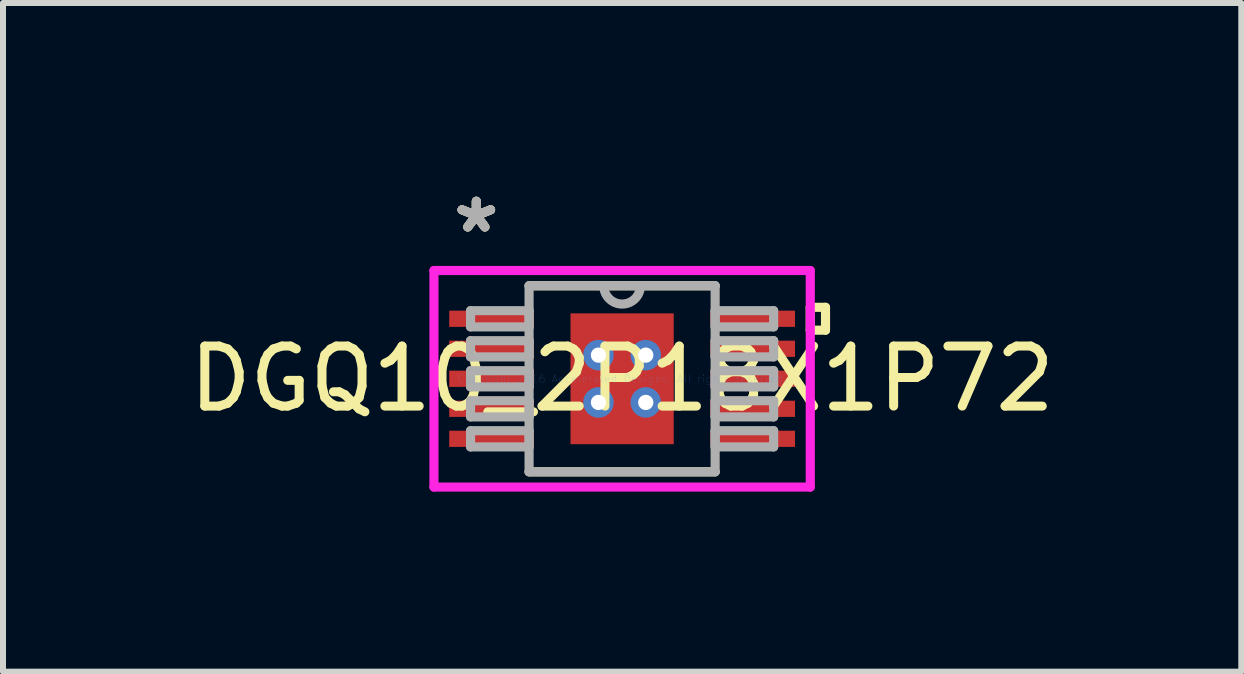
<source format=kicad_pcb>
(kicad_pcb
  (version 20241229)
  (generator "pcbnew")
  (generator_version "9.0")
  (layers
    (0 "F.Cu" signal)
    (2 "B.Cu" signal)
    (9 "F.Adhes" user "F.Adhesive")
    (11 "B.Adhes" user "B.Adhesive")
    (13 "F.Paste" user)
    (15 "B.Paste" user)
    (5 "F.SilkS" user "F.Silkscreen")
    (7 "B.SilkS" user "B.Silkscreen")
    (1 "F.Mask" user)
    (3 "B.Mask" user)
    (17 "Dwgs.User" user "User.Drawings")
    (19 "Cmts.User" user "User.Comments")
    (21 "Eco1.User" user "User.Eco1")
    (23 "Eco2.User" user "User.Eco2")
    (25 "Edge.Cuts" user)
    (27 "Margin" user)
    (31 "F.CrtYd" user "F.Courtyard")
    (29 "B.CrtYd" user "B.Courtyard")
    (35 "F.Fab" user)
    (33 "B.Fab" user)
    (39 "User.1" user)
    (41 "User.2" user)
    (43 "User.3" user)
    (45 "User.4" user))
  (footprint "DGQ10_2P18X1P72"
    (layer "F.Cu")
    (at 7.315 3.261)
    (property "Reference" "DGQ10_2P18X1P72" (at 0 0 0) (layer "F.SilkS") (effects (font (size 1 1) (thickness 0.15))))
    (attr through_hole)
    (fp_line (start -0.923 -1.153) (end -0.594 -1.153) (stroke (width 0.152) (type solid)) (layer "F.Mask"))
    (fp_line (start -0.923 -1.153) (end 0.923 -1.153) (stroke (width 0.152) (type solid)) (layer "F.Mask"))
    (fp_line (start -0.923 -0.594) (end -0.923 -1.153) (stroke (width 0.152) (type solid)) (layer "F.Mask"))
    (fp_line (start -0.923 -0.194) (end 0.923 -0.194) (stroke (width 0.152) (type solid)) (layer "F.Mask"))
    (fp_line (start -0.923 0.194) (end -0.923 -0.194) (stroke (width 0.152) (type solid)) (layer "F.Mask"))
    (fp_line (start -0.923 0.594) (end 0.923 0.594) (stroke (width 0.152) (type solid)) (layer "F.Mask"))
    (fp_line (start -0.923 1.153) (end -0.923 -1.153) (stroke (width 0.152) (type solid)) (layer "F.Mask"))
    (fp_line (start -0.923 1.153) (end -0.923 0.594) (stroke (width 0.152) (type solid)) (layer "F.Mask"))
    (fp_line (start -0.594 -1.153) (end -0.594 1.153) (stroke (width 0.152) (type solid)) (layer "F.Mask"))
    (fp_line (start -0.594 1.153) (end -0.923 1.153) (stroke (width 0.152) (type solid)) (layer "F.Mask"))
    (fp_line (start -0.194 -1.153) (end -0.194 1.153) (stroke (width 0.152) (type solid)) (layer "F.Mask"))
    (fp_line (start -0.194 1.153) (end 0.194 1.153) (stroke (width 0.152) (type solid)) (layer "F.Mask"))
    (fp_line (start 0.194 -1.153) (end -0.194 -1.153) (stroke (width 0.152) (type solid)) (layer "F.Mask"))
    (fp_line (start 0.194 1.153) (end 0.194 -1.153) (stroke (width 0.152) (type solid)) (layer "F.Mask"))
    (fp_line (start 0.594 -1.153) (end 0.923 -1.153) (stroke (width 0.152) (type solid)) (layer "F.Mask"))
    (fp_line (start 0.594 1.153) (end 0.594 -1.153) (stroke (width 0.152) (type solid)) (layer "F.Mask"))
    (fp_line (start 0.923 -1.153) (end 0.923 -0.594) (stroke (width 0.152) (type solid)) (layer "F.Mask"))
    (fp_line (start 0.923 -1.153) (end 0.923 1.153) (stroke (width 0.152) (type solid)) (layer "F.Mask"))
    (fp_line (start 0.923 -0.594) (end -0.923 -0.594) (stroke (width 0.152) (type solid)) (layer "F.Mask"))
    (fp_line (start 0.923 -0.194) (end 0.923 0.194) (stroke (width 0.152) (type solid)) (layer "F.Mask"))
    (fp_line (start 0.923 0.194) (end -0.923 0.194) (stroke (width 0.152) (type solid)) (layer "F.Mask"))
    (fp_line (start 0.923 0.594) (end 0.923 1.153) (stroke (width 0.152) (type solid)) (layer "F.Mask"))
    (fp_line (start 0.923 1.153) (end -0.923 1.153) (stroke (width 0.152) (type solid)) (layer "F.Mask"))
    (fp_line (start 0.923 1.153) (end 0.594 1.153) (stroke (width 0.152) (type solid)) (layer "F.Mask"))
    (fp_line (start -1.55 1.55) (end 1.55 1.55) (stroke (width 0.152) (type solid)) (layer "F.SilkS"))
    (fp_line (start 1.55 -1.55) (end -1.55 -1.55) (stroke (width 0.152) (type solid)) (layer "F.SilkS"))
    (fp_line (start 3.135 -1.191) (end 3.389 -1.191) (stroke (width 0.152) (type solid)) (layer "F.SilkS"))
    (fp_line (start 3.135 -0.81) (end 3.135 -1.191) (stroke (width 0.152) (type solid)) (layer "F.SilkS"))
    (fp_line (start 3.389 -1.191) (end 3.389 -0.81) (stroke (width 0.152) (type solid)) (layer "F.SilkS"))
    (fp_line (start 3.389 -0.81) (end 3.135 -0.81) (stroke (width 0.152) (type solid)) (layer "F.SilkS"))
    (fp_line (start -0.785 -1.015) (end -0.785 -0.494) (stroke (width 0.152) (type solid)) (layer "F.Paste"))
    (fp_line (start -0.785 -0.494) (end -0.635 -0.494) (stroke (width 0.152) (type solid)) (layer "F.Paste"))
    (fp_line (start -0.785 -0.294) (end -0.785 0.294) (stroke (width 0.152) (type solid)) (layer "F.Paste"))
    (fp_line (start -0.785 0.294) (end -0.635 0.294) (stroke (width 0.152) (type solid)) (layer "F.Paste"))
    (fp_line (start -0.785 0.494) (end -0.785 1.015) (stroke (width 0.152) (type solid)) (layer "F.Paste"))
    (fp_line (start -0.785 1.015) (end -0.494 1.015) (stroke (width 0.152) (type solid)) (layer "F.Paste"))
    (fp_line (start -0.635 -0.494) (end -0.635 -0.494) (stroke (width 0.152) (type solid)) (layer "F.Paste"))
    (fp_line (start -0.635 -0.494) (end -0.494 -0.635) (stroke (width 0.152) (type solid)) (layer "F.Paste"))
    (fp_line (start -0.635 -0.294) (end -0.785 -0.294) (stroke (width 0.152) (type solid)) (layer "F.Paste"))
    (fp_line (start -0.635 -0.294) (end -0.635 -0.294) (stroke (width 0.152) (type solid)) (layer "F.Paste"))
    (fp_line (start -0.635 0.294) (end -0.635 0.294) (stroke (width 0.152) (type solid)) (layer "F.Paste"))
    (fp_line (start -0.635 0.294) (end -0.494 0.152) (stroke (width 0.152) (type solid)) (layer "F.Paste"))
    (fp_line (start -0.635 0.494) (end -0.785 0.494) (stroke (width 0.152) (type solid)) (layer "F.Paste"))
    (fp_line (start -0.635 0.494) (end -0.635 0.494) (stroke (width 0.152) (type solid)) (layer "F.Paste"))
    (fp_line (start -0.494 -1.015) (end -0.785 -1.015) (stroke (width 0.152) (type solid)) (layer "F.Paste"))
    (fp_line (start -0.494 -0.635) (end -0.494 -1.015) (stroke (width 0.152) (type solid)) (layer "F.Paste"))
    (fp_line (start -0.494 -0.635) (end -0.494 -0.635) (stroke (width 0.152) (type solid)) (layer "F.Paste"))
    (fp_line (start -0.494 -0.152) (end -0.635 -0.294) (stroke (width 0.152) (type solid)) (layer "F.Paste"))
    (fp_line (start -0.494 -0.152) (end -0.494 -0.152) (stroke (width 0.152) (type solid)) (layer "F.Paste"))
    (fp_line (start -0.494 0.152) (end -0.494 -0.152) (stroke (width 0.152) (type solid)) (layer "F.Paste"))
    (fp_line (start -0.494 0.152) (end -0.494 0.152) (stroke (width 0.152) (type solid)) (layer "F.Paste"))
    (fp_line (start -0.494 0.635) (end -0.635 0.494) (stroke (width 0.152) (type solid)) (layer "F.Paste"))
    (fp_line (start -0.494 0.635) (end -0.494 0.635) (stroke (width 0.152) (type solid)) (layer "F.Paste"))
    (fp_line (start -0.494 1.015) (end -0.494 0.635) (stroke (width 0.152) (type solid)) (layer "F.Paste"))
    (fp_line (start -0.294 -1.015) (end -0.294 -0.635) (stroke (width 0.152) (type solid)) (layer "F.Paste"))
    (fp_line (start -0.294 -0.635) (end -0.294 -0.635) (stroke (width 0.152) (type solid)) (layer "F.Paste"))
    (fp_line (start -0.294 -0.635) (end -0.152 -0.494) (stroke (width 0.152) (type solid)) (layer "F.Paste"))
    (fp_line (start -0.294 -0.152) (end -0.294 -0.152) (stroke (width 0.152) (type solid)) (layer "F.Paste"))
    (fp_line (start -0.294 -0.152) (end -0.294 0.152) (stroke (width 0.152) (type solid)) (layer "F.Paste"))
    (fp_line (start -0.294 0.152) (end -0.294 0.152) (stroke (width 0.152) (type solid)) (layer "F.Paste"))
    (fp_line (start -0.294 0.152) (end -0.152 0.294) (stroke (width 0.152) (type solid)) (layer "F.Paste"))
    (fp_line (start -0.294 0.635) (end -0.294 0.635) (stroke (width 0.152) (type solid)) (layer "F.Paste"))
    (fp_line (start -0.294 0.635) (end -0.294 1.015) (stroke (width 0.152) (type solid)) (layer "F.Paste"))
    (fp_line (start -0.294 1.015) (end 0.294 1.015) (stroke (width 0.152) (type solid)) (layer "F.Paste"))
    (fp_line (start -0.152 -0.494) (end -0.152 -0.494) (stroke (width 0.152) (type solid)) (layer "F.Paste"))
    (fp_line (start -0.152 -0.494) (end 0.152 -0.494) (stroke (width 0.152) (type solid)) (layer "F.Paste"))
    (fp_line (start -0.152 -0.294) (end -0.294 -0.152) (stroke (width 0.152) (type solid)) (layer "F.Paste"))
    (fp_line (start -0.152 -0.294) (end -0.152 -0.294) (stroke (width 0.152) (type solid)) (layer "F.Paste"))
    (fp_line (start -0.152 0.294) (end -0.152 0.294) (stroke (width 0.152) (type solid)) (layer "F.Paste"))
    (fp_line (start -0.152 0.294) (end 0.152 0.294) (stroke (width 0.152) (type solid)) (layer "F.Paste"))
    (fp_line (start -0.152 0.494) (end -0.294 0.635) (stroke (width 0.152) (type solid)) (layer "F.Paste"))
    (fp_line (start -0.152 0.494) (end -0.152 0.494) (stroke (width 0.152) (type solid)) (layer "F.Paste"))
    (fp_line (start 0.152 -0.494) (end 0.152 -0.494) (stroke (width 0.152) (type solid)) (layer "F.Paste"))
    (fp_line (start 0.152 -0.494) (end 0.294 -0.635) (stroke (width 0.152) (type solid)) (layer "F.Paste"))
    (fp_line (start 0.152 -0.294) (end -0.152 -0.294) (stroke (width 0.152) (type solid)) (layer "F.Paste"))
    (fp_line (start 0.152 -0.294) (end 0.152 -0.294) (stroke (width 0.152) (type solid)) (layer "F.Paste"))
    (fp_line (start 0.152 0.294) (end 0.152 0.294) (stroke (width 0.152) (type solid)) (layer "F.Paste"))
    (fp_line (start 0.152 0.294) (end 0.294 0.152) (stroke (width 0.152) (type solid)) (layer "F.Paste"))
    (fp_line (start 0.152 0.494) (end -0.152 0.494) (stroke (width 0.152) (type solid)) (layer "F.Paste"))
    (fp_line (start 0.152 0.494) (end 0.152 0.494) (stroke (width 0.152) (type solid)) (layer "F.Paste"))
    (fp_line (start 0.294 -1.015) (end -0.294 -1.015) (stroke (width 0.152) (type solid)) (layer "F.Paste"))
    (fp_line (start 0.294 -0.635) (end 0.294 -1.015) (stroke (width 0.152) (type solid)) (layer "F.Paste"))
    (fp_line (start 0.294 -0.635) (end 0.294 -0.635) (stroke (width 0.152) (type solid)) (layer "F.Paste"))
    (fp_line (start 0.294 -0.152) (end 0.152 -0.294) (stroke (width 0.152) (type solid)) (layer "F.Paste"))
    (fp_line (start 0.294 -0.152) (end 0.294 -0.152) (stroke (width 0.152) (type solid)) (layer "F.Paste"))
    (fp_line (start 0.294 0.152) (end 0.294 -0.152) (stroke (width 0.152) (type solid)) (layer "F.Paste"))
    (fp_line (start 0.294 0.152) (end 0.294 0.152) (stroke (width 0.152) (type solid)) (layer "F.Paste"))
    (fp_line (start 0.294 0.635) (end 0.152 0.494) (stroke (width 0.152) (type solid)) (layer "F.Paste"))
    (fp_line (start 0.294 0.635) (end 0.294 0.635) (stroke (width 0.152) (type solid)) (layer "F.Paste"))
    (fp_line (start 0.294 1.015) (end 0.294 0.635) (stroke (width 0.152) (type solid)) (layer "F.Paste"))
    (fp_line (start 0.494 -1.015) (end 0.494 -0.635) (stroke (width 0.152) (type solid)) (layer "F.Paste"))
    (fp_line (start 0.494 -0.635) (end 0.494 -0.635) (stroke (width 0.152) (type solid)) (layer "F.Paste"))
    (fp_line (start 0.494 -0.635) (end 0.635 -0.494) (stroke (width 0.152) (type solid)) (layer "F.Paste"))
    (fp_line (start 0.494 -0.152) (end 0.494 -0.152) (stroke (width 0.152) (type solid)) (layer "F.Paste"))
    (fp_line (start 0.494 -0.152) (end 0.494 0.152) (stroke (width 0.152) (type solid)) (layer "F.Paste"))
    (fp_line (start 0.494 0.152) (end 0.494 0.152) (stroke (width 0.152) (type solid)) (layer "F.Paste"))
    (fp_line (start 0.494 0.152) (end 0.635 0.294) (stroke (width 0.152) (type solid)) (layer "F.Paste"))
    (fp_line (start 0.494 0.635) (end 0.494 0.635) (stroke (width 0.152) (type solid)) (layer "F.Paste"))
    (fp_line (start 0.494 0.635) (end 0.494 1.015) (stroke (width 0.152) (type solid)) (layer "F.Paste"))
    (fp_line (start 0.494 1.015) (end 0.785 1.015) (stroke (width 0.152) (type solid)) (layer "F.Paste"))
    (fp_line (start 0.635 -0.494) (end 0.635 -0.494) (stroke (width 0.152) (type solid)) (layer "F.Paste"))
    (fp_line (start 0.635 -0.494) (end 0.785 -0.494) (stroke (width 0.152) (type solid)) (layer "F.Paste"))
    (fp_line (start 0.635 -0.294) (end 0.494 -0.152) (stroke (width 0.152) (type solid)) (layer "F.Paste"))
    (fp_line (start 0.635 -0.294) (end 0.635 -0.294) (stroke (width 0.152) (type solid)) (layer "F.Paste"))
    (fp_line (start 0.635 0.294) (end 0.635 0.294) (stroke (width 0.152) (type solid)) (layer "F.Paste"))
    (fp_line (start 0.635 0.294) (end 0.785 0.294) (stroke (width 0.152) (type solid)) (layer "F.Paste"))
    (fp_line (start 0.635 0.494) (end 0.494 0.635) (stroke (width 0.152) (type solid)) (layer "F.Paste"))
    (fp_line (start 0.635 0.494) (end 0.635 0.494) (stroke (width 0.152) (type solid)) (layer "F.Paste"))
    (fp_line (start 0.785 -1.015) (end 0.494 -1.015) (stroke (width 0.152) (type solid)) (layer "F.Paste"))
    (fp_line (start 0.785 -0.494) (end 0.785 -1.015) (stroke (width 0.152) (type solid)) (layer "F.Paste"))
    (fp_line (start 0.785 -0.294) (end 0.635 -0.294) (stroke (width 0.152) (type solid)) (layer "F.Paste"))
    (fp_line (start 0.785 0.294) (end 0.785 -0.294) (stroke (width 0.152) (type solid)) (layer "F.Paste"))
    (fp_line (start 0.785 0.494) (end 0.635 0.494) (stroke (width 0.152) (type solid)) (layer "F.Paste"))
    (fp_line (start 0.785 1.015) (end 0.785 0.494) (stroke (width 0.152) (type solid)) (layer "F.Paste"))
    (fp_line (start -3.135 -1.804) (end 3.135 -1.804) (stroke (width 0.152) (type solid)) (layer "F.CrtYd"))
    (fp_line (start -3.135 1.804) (end -3.135 -1.804) (stroke (width 0.152) (type solid)) (layer "F.CrtYd"))
    (fp_line (start 3.135 -1.804) (end 3.135 1.804) (stroke (width 0.152) (type solid)) (layer "F.CrtYd"))
    (fp_line (start 3.135 1.804) (end -3.135 1.804) (stroke (width 0.152) (type solid)) (layer "F.CrtYd"))
    (fp_line (start -2.525 -1.135) (end -2.525 -0.865) (stroke (width 0.152) (type solid)) (layer "F.Fab"))
    (fp_line (start -2.525 -0.865) (end -1.55 -0.865) (stroke (width 0.152) (type solid)) (layer "F.Fab"))
    (fp_line (start -2.525 -0.635) (end -2.525 -0.365) (stroke (width 0.152) (type solid)) (layer "F.Fab"))
    (fp_line (start -2.525 -0.365) (end -1.55 -0.365) (stroke (width 0.152) (type solid)) (layer "F.Fab"))
    (fp_line (start -2.525 -0.135) (end -2.525 0.135) (stroke (width 0.152) (type solid)) (layer "F.Fab"))
    (fp_line (start -2.525 0.135) (end -1.55 0.135) (stroke (width 0.152) (type solid)) (layer "F.Fab"))
    (fp_line (start -2.525 0.365) (end -2.525 0.635) (stroke (width 0.152) (type solid)) (layer "F.Fab"))
    (fp_line (start -2.525 0.635) (end -1.55 0.635) (stroke (width 0.152) (type solid)) (layer "F.Fab"))
    (fp_line (start -2.525 0.865) (end -2.525 1.135) (stroke (width 0.152) (type solid)) (layer "F.Fab"))
    (fp_line (start -2.525 1.135) (end -1.55 1.135) (stroke (width 0.152) (type solid)) (layer "F.Fab"))
    (fp_line (start -1.55 -1.55) (end -1.55 1.55) (stroke (width 0.152) (type solid)) (layer "F.Fab"))
    (fp_line (start -1.55 -1.135) (end -2.525 -1.135) (stroke (width 0.152) (type solid)) (layer "F.Fab"))
    (fp_line (start -1.55 -0.865) (end -1.55 -1.135) (stroke (width 0.152) (type solid)) (layer "F.Fab"))
    (fp_line (start -1.55 -0.635) (end -2.525 -0.635) (stroke (width 0.152) (type solid)) (layer "F.Fab"))
    (fp_line (start -1.55 -0.365) (end -1.55 -0.635) (stroke (width 0.152) (type solid)) (layer "F.Fab"))
    (fp_line (start -1.55 -0.135) (end -2.525 -0.135) (stroke (width 0.152) (type solid)) (layer "F.Fab"))
    (fp_line (start -1.55 0.135) (end -1.55 -0.135) (stroke (width 0.152) (type solid)) (layer "F.Fab"))
    (fp_line (start -1.55 0.365) (end -2.525 0.365) (stroke (width 0.152) (type solid)) (layer "F.Fab"))
    (fp_line (start -1.55 0.635) (end -1.55 0.365) (stroke (width 0.152) (type solid)) (layer "F.Fab"))
    (fp_line (start -1.55 0.865) (end -2.525 0.865) (stroke (width 0.152) (type solid)) (layer "F.Fab"))
    (fp_line (start -1.55 1.135) (end -1.55 0.865) (stroke (width 0.152) (type solid)) (layer "F.Fab"))
    (fp_line (start -1.55 1.55) (end 1.55 1.55) (stroke (width 0.152) (type solid)) (layer "F.Fab"))
    (fp_line (start 1.55 -1.55) (end -1.55 -1.55) (stroke (width 0.152) (type solid)) (layer "F.Fab"))
    (fp_line (start 1.55 -1.135) (end 1.55 -0.865) (stroke (width 0.152) (type solid)) (layer "F.Fab"))
    (fp_line (start 1.55 -0.865) (end 2.525 -0.865) (stroke (width 0.152) (type solid)) (layer "F.Fab"))
    (fp_line (start 1.55 -0.635) (end 1.55 -0.365) (stroke (width 0.152) (type solid)) (layer "F.Fab"))
    (fp_line (start 1.55 -0.365) (end 2.525 -0.365) (stroke (width 0.152) (type solid)) (layer "F.Fab"))
    (fp_line (start 1.55 -0.135) (end 1.55 0.135) (stroke (width 0.152) (type solid)) (layer "F.Fab"))
    (fp_line (start 1.55 0.135) (end 2.525 0.135) (stroke (width 0.152) (type solid)) (layer "F.Fab"))
    (fp_line (start 1.55 0.365) (end 1.55 0.635) (stroke (width 0.152) (type solid)) (layer "F.Fab"))
    (fp_line (start 1.55 0.635) (end 2.525 0.635) (stroke (width 0.152) (type solid)) (layer "F.Fab"))
    (fp_line (start 1.55 0.865) (end 1.55 1.135) (stroke (width 0.152) (type solid)) (layer "F.Fab"))
    (fp_line (start 1.55 1.135) (end 2.525 1.135) (stroke (width 0.152) (type solid)) (layer "F.Fab"))
    (fp_line (start 1.55 1.55) (end 1.55 -1.55) (stroke (width 0.152) (type solid)) (layer "F.Fab"))
    (fp_line (start 2.525 -1.135) (end 1.55 -1.135) (stroke (width 0.152) (type solid)) (layer "F.Fab"))
    (fp_line (start 2.525 -0.865) (end 2.525 -1.135) (stroke (width 0.152) (type solid)) (layer "F.Fab"))
    (fp_line (start 2.525 -0.635) (end 1.55 -0.635) (stroke (width 0.152) (type solid)) (layer "F.Fab"))
    (fp_line (start 2.525 -0.365) (end 2.525 -0.635) (stroke (width 0.152) (type solid)) (layer "F.Fab"))
    (fp_line (start 2.525 -0.135) (end 1.55 -0.135) (stroke (width 0.152) (type solid)) (layer "F.Fab"))
    (fp_line (start 2.525 0.135) (end 2.525 -0.135) (stroke (width 0.152) (type solid)) (layer "F.Fab"))
    (fp_line (start 2.525 0.365) (end 1.55 0.365) (stroke (width 0.152) (type solid)) (layer "F.Fab"))
    (fp_line (start 2.525 0.635) (end 2.525 0.365) (stroke (width 0.152) (type solid)) (layer "F.Fab"))
    (fp_line (start 2.525 0.865) (end 1.55 0.865) (stroke (width 0.152) (type solid)) (layer "F.Fab"))
    (fp_line (start 2.525 1.135) (end 2.525 0.865) (stroke (width 0.152) (type solid)) (layer "F.Fab"))
    (fp_arc (start 0.3048 -1.549999) (mid 0 -1.245199) (end -0.3048 -1.549999) (stroke (width 0.1524) (type solid)) (layer "F.Fab"))
    (fp_text user "*" (at -2.429 -2.413 0) (layer "F.SilkS") (effects (font (size 1 1) (thickness 0.15))))
    (fp_text user "*" (at -2.429 -2.413 0) (layer "F.SilkS") (effects (font (size 1 1) (thickness 0.15))))
    (fp_text user "Copyright 2016 Accelerated Designs. All rights reserved." (at 0 0 0) (layer "Cmts.User") (effects (font (size 0.127 0.127) (thickness 0.002))))
    (fp_text user "*" (at -2.429 -2.413 0) (layer "F.Fab") (effects (font (size 1 1) (thickness 0.15))))
    (fp_text user "*" (at -2.429 -2.413 0) (layer "F.Fab") (effects (font (size 1 1) (thickness 0.15))))
    (pad "1" smd rect (at -2.175 -1) (size 1.411 0.27) (layers "F.Cu" "F.Mask" "F.Paste"))
    (pad "2" smd rect (at -2.175 -0.5) (size 1.411 0.27) (layers "F.Cu" "F.Mask" "F.Paste"))
    (pad "3" smd rect (at -2.175 0) (size 1.411 0.27) (layers "F.Cu" "F.Mask" "F.Paste"))
    (pad "4" smd rect (at -2.175 0.5) (size 1.411 0.27) (layers "F.Cu" "F.Mask" "F.Paste"))
    (pad "5" smd rect (at -2.175 1) (size 1.411 0.27) (layers "F.Cu" "F.Mask" "F.Paste"))
    (pad "6" smd rect (at 2.175 1) (size 1.411 0.27) (layers "F.Cu" "F.Mask" "F.Paste"))
    (pad "7" smd rect (at 2.175 0.5) (size 1.411 0.27) (layers "F.Cu" "F.Mask" "F.Paste"))
    (pad "8" smd rect (at 2.175 0) (size 1.411 0.27) (layers "F.Cu" "F.Mask" "F.Paste"))
    (pad "9" smd rect (at 2.175 -0.5) (size 1.411 0.27) (layers "F.Cu" "F.Mask" "F.Paste"))
    (pad "10" smd rect (at 2.175 -1) (size 1.411 0.27) (layers "F.Cu" "F.Mask" "F.Paste"))
    (pad "EPAD" smd rect (at 0 0) (size 1.72 2.18) (layers "F.Cu" "F.Mask" "F.Paste"))
    (pad "V" thru_hole circle (at -0.394 -0.394) (size 0.508 0.508) (drill 0.254) (layers "*.Cu" "*.Mask"))
    (pad "V" thru_hole circle (at -0.394 0.394) (size 0.508 0.508) (drill 0.254) (layers "*.Cu" "*.Mask"))
    (pad "V" thru_hole circle (at 0.394 -0.394) (size 0.508 0.508) (drill 0.254) (layers "*.Cu" "*.Mask"))
    (pad "V" thru_hole circle (at 0.394 0.394) (size 0.508 0.508) (drill 0.254) (layers "*.Cu" "*.Mask")))
  (gr_rect
    (start -3 -3)
    (end 17.631 8.141)
    (stroke (width 0.1) (type default))
    (fill no)
    (layer "Edge.Cuts")))
</source>
